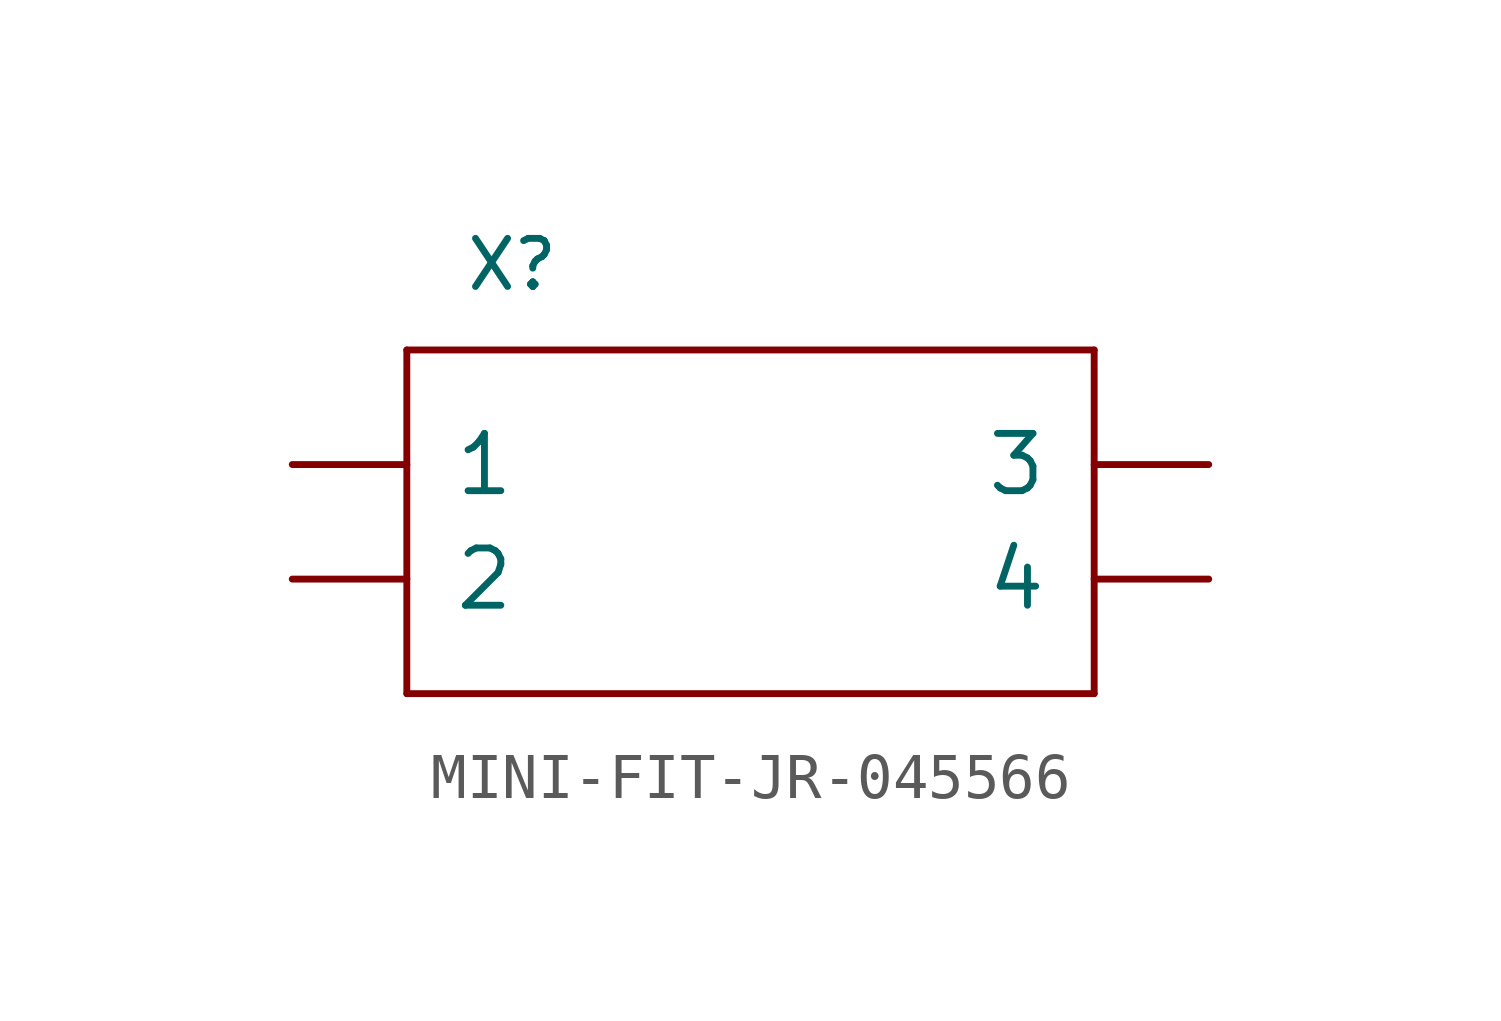
<source format=kicad_sym>
(kicad_symbol_lib
  (version 20211014)
  (generator kicad_symbol_editor)
  (symbol "MINI-FIT-JR-045566"
    (pin_names
      (offset 1.016))
    (property "Reference" "X"
      (at -6.35 6.35 0)
      (effects (font (size 1.067 1.067)) (justify left bottom)))
    (property "ki_locked" ""
      (at 0 0 0)
      (effects (font (size 1.27 1.27))))
    (symbol "MINI-FIT-JR-045566_1_0"
      (polyline (pts (xy -7.62 -2.54) (xy 7.62 -2.54)) (stroke (width 0) (type default) (color 0 0 0 0)) (fill (type none)))
      (polyline (pts (xy -7.62 5.08) (xy -7.62 -2.54)) (stroke (width 0) (type default) (color 0 0 0 0)) (fill (type none)))
      (polyline (pts (xy 7.62 -2.54) (xy 7.62 5.08)) (stroke (width 0) (type default) (color 0 0 0 0)) (fill (type none)))
      (polyline (pts (xy 7.62 5.08) (xy -7.62 5.08)) (stroke (width 0) (type default) (color 0 0 0 0)) (fill (type none)))
      (pin bidirectional line (at -10.16 2.54 0) (length 2.54) (name "1" (effects (font (size 1.27 1.27)))) (number "P1" (effects (font (size 0 0)))))
      (pin bidirectional line (at -10.16 0 0) (length 2.54) (name "2" (effects (font (size 1.27 1.27)))) (number "P2" (effects (font (size 0 0)))))
      (pin bidirectional line (at 10.16 2.54 180) (length 2.54) (name "3" (effects (font (size 1.27 1.27)))) (number "P3" (effects (font (size 0 0)))))
      (pin bidirectional line (at 10.16 0 180) (length 2.54) (name "4" (effects (font (size 1.27 1.27)))) (number "P4" (effects (font (size 0 0))))))))
</source>
